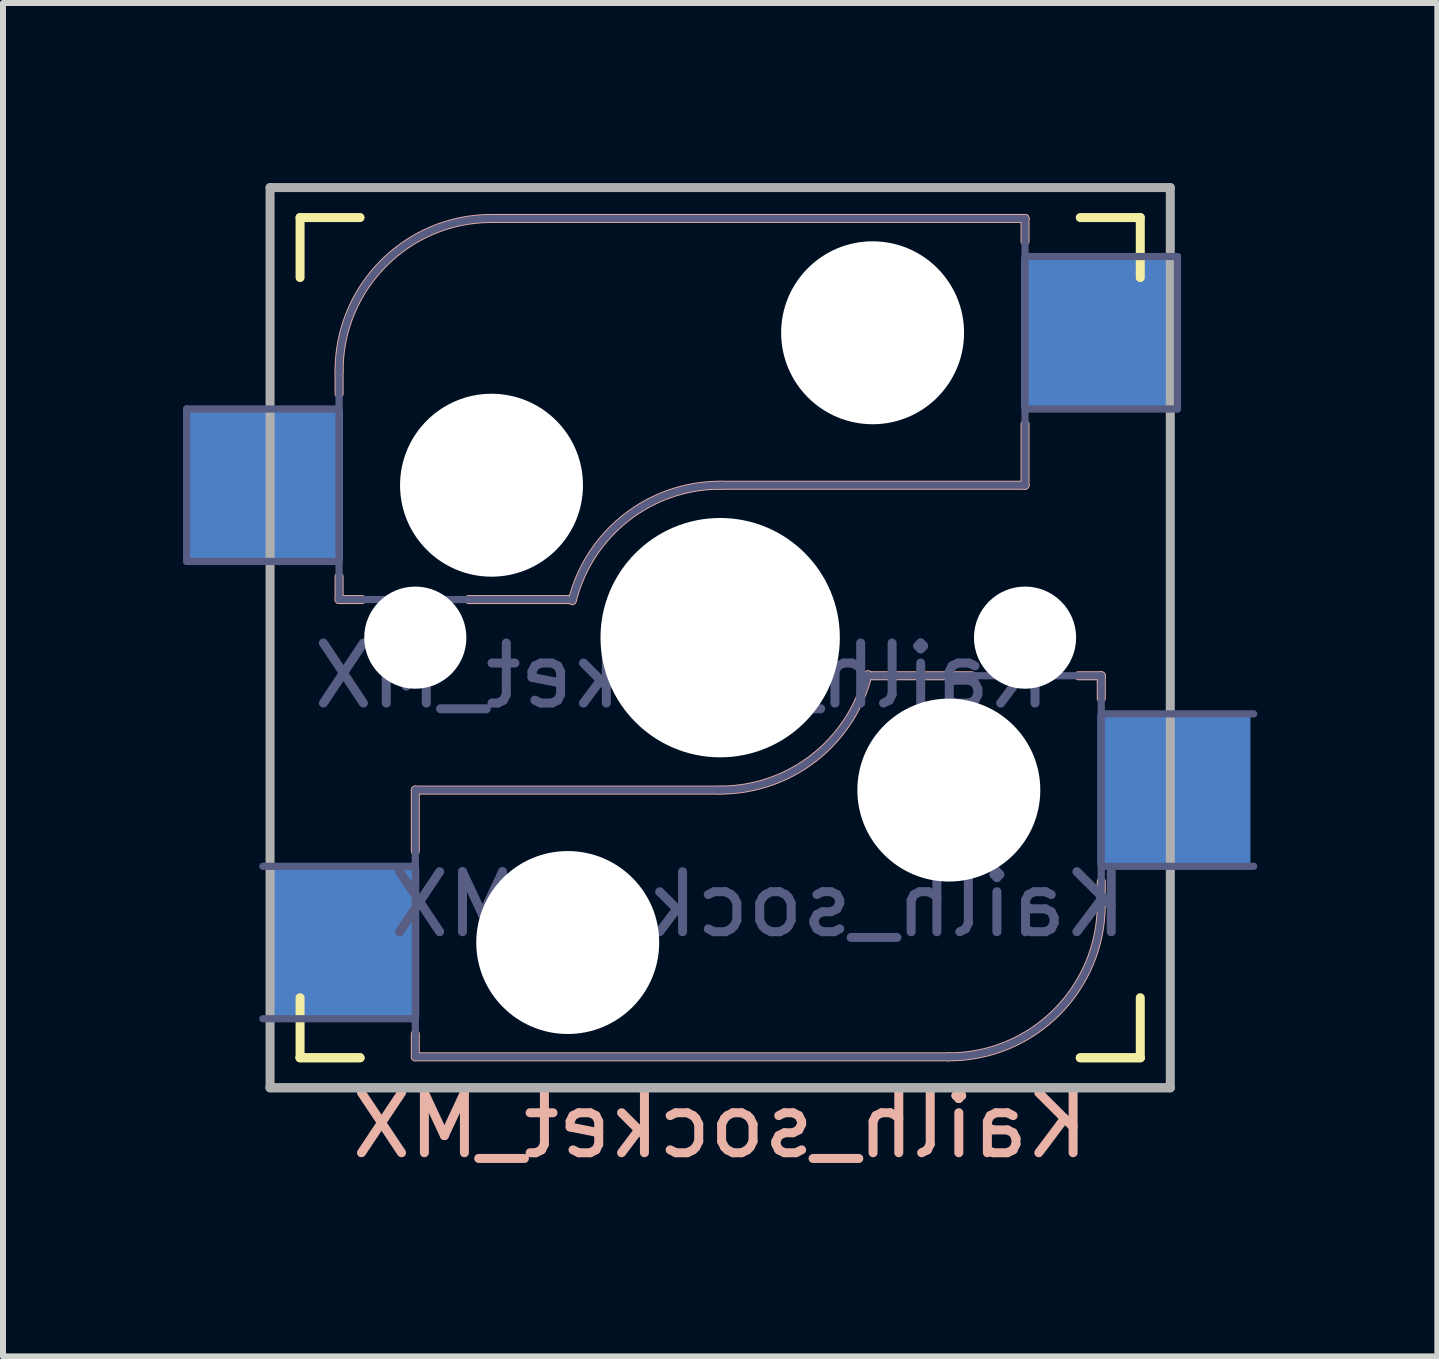
<source format=kicad_pcb>
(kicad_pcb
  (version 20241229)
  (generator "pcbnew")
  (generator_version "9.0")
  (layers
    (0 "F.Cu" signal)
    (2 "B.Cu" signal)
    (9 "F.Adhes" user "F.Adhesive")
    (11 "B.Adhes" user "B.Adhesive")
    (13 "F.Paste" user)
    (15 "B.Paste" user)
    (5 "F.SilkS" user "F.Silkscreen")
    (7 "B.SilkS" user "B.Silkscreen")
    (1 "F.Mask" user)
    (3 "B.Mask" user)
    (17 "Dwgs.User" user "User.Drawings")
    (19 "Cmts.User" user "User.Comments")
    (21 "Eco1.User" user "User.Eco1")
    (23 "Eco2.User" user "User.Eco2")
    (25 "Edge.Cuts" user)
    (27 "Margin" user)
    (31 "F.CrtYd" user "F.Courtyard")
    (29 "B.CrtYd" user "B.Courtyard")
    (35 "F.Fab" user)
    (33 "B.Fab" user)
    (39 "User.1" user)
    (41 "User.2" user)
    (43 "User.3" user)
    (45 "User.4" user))
  (footprint "Kailh_socket_MX"
    (layer "F.Cu")
    (at 8.95 7.575)
    (property "Reference" "Kailh_socket_MX" (at 0 8.128 0) (layer "B.SilkS") (effects (font (size 1 1) (thickness 0.15)) (justify mirror)))
    (property "Value" "Kailh_socket_MX" (at 0 8.255 0) (layer "F.Fab") (hide yes) (effects (font (size 1 1) (thickness 0.15))))
    (attr smd)
    (fp_line (start -7 -6) (end -7 -7) (stroke (width 0.15) (type solid)) (layer "F.SilkS"))
    (fp_line (start -7 7) (end -7 6) (stroke (width 0.15) (type solid)) (layer "F.SilkS"))
    (fp_line (start -7 7) (end -6 7) (stroke (width 0.15) (type solid)) (layer "F.SilkS"))
    (fp_line (start -7 7) (end -6 7) (stroke (width 0.15) (type solid)) (layer "F.SilkS"))
    (fp_line (start -6 -7) (end -7 -7) (stroke (width 0.15) (type solid)) (layer "F.SilkS"))
    (fp_line (start 6 7) (end 7 7) (stroke (width 0.15) (type solid)) (layer "F.SilkS"))
    (fp_line (start 6 7) (end 7 7) (stroke (width 0.15) (type solid)) (layer "F.SilkS"))
    (fp_line (start 7 -7) (end 6 -7) (stroke (width 0.15) (type solid)) (layer "F.SilkS"))
    (fp_line (start 7 -7) (end 7 -6) (stroke (width 0.15) (type solid)) (layer "F.SilkS"))
    (fp_line (start 7 6) (end 7 7) (stroke (width 0.15) (type solid)) (layer "F.SilkS"))
    (fp_line (start -6.35 -4.445) (end -6.35 -4.064) (stroke (width 0.15) (type solid)) (layer "B.SilkS"))
    (fp_line (start -6.35 -1.016) (end -6.35 -0.635) (stroke (width 0.15) (type solid)) (layer "B.SilkS"))
    (fp_line (start -5.969 -0.635) (end -6.35 -0.635) (stroke (width 0.15) (type solid)) (layer "B.SilkS"))
    (fp_line (start -5.08 2.54) (end 0 2.54) (stroke (width 0.15) (type solid)) (layer "B.SilkS"))
    (fp_line (start -5.08 3.556) (end -5.08 2.54) (stroke (width 0.15) (type solid)) (layer "B.SilkS"))
    (fp_line (start -5.08 6.985) (end -5.08 6.604) (stroke (width 0.15) (type solid)) (layer "B.SilkS"))
    (fp_line (start -3.81 -6.985) (end 5.08 -6.985) (stroke (width 0.15) (type solid)) (layer "B.SilkS"))
    (fp_line (start -2.464 -0.635) (end -4.191 -0.635) (stroke (width 0.15) (type solid)) (layer "B.SilkS"))
    (fp_line (start 2.464 0.635) (end 4.191 0.635) (stroke (width 0.15) (type solid)) (layer "B.SilkS"))
    (fp_line (start 3.81 6.985) (end -5.08 6.985) (stroke (width 0.15) (type solid)) (layer "B.SilkS"))
    (fp_line (start 5.08 -6.985) (end 5.08 -6.604) (stroke (width 0.15) (type solid)) (layer "B.SilkS"))
    (fp_line (start 5.08 -3.556) (end 5.08 -2.54) (stroke (width 0.15) (type solid)) (layer "B.SilkS"))
    (fp_line (start 5.08 -2.54) (end 0 -2.54) (stroke (width 0.15) (type solid)) (layer "B.SilkS"))
    (fp_line (start 5.969 0.635) (end 6.35 0.635) (stroke (width 0.15) (type solid)) (layer "B.SilkS"))
    (fp_line (start 6.35 1.016) (end 6.35 0.635) (stroke (width 0.15) (type solid)) (layer "B.SilkS"))
    (fp_line (start 6.35 4.445) (end 6.35 4.064) (stroke (width 0.15) (type solid)) (layer "B.SilkS"))
    (fp_arc (start -6.35 -4.445) (mid -5.606051 -6.241051) (end -3.81 -6.985) (stroke (width 0.15) (type solid)) (layer "B.SilkS"))
    (fp_arc (start -2.464162 -0.61604) (mid -1.563147 -2.002042) (end 0 -2.54) (stroke (width 0.15) (type solid)) (layer "B.SilkS"))
    (fp_arc (start 2.464162 0.61604) (mid 1.563147 2.002042) (end 0 2.54) (stroke (width 0.15) (type solid)) (layer "B.SilkS"))
    (fp_arc (start 6.35 4.445) (mid 5.606051 6.241051) (end 3.81 6.985) (stroke (width 0.15) (type solid)) (layer "B.SilkS"))
    (fp_line (start -6.9 6.9) (end -6.9 -6.9) (stroke (width 0.15) (type solid)) (layer "Eco2.User"))
    (fp_line (start -6.9 6.9) (end 6.9 6.9) (stroke (width 0.15) (type solid)) (layer "Eco2.User"))
    (fp_line (start -6.9 6.9) (end 6.9 6.9) (stroke (width 0.15) (type solid)) (layer "Eco2.User"))
    (fp_line (start 6.9 -6.9) (end -6.9 -6.9) (stroke (width 0.15) (type solid)) (layer "Eco2.User"))
    (fp_line (start 6.9 -6.9) (end 6.9 6.9) (stroke (width 0.15) (type solid)) (layer "Eco2.User"))
    (fp_line (start -8.89 -3.81) (end -6.35 -3.81) (stroke (width 0.12) (type solid)) (layer "B.Fab"))
    (fp_line (start -8.89 -1.27) (end -8.89 -3.81) (stroke (width 0.12) (type solid)) (layer "B.Fab"))
    (fp_line (start -7.62 3.81) (end -5.08 3.81) (stroke (width 0.12) (type solid)) (layer "B.Fab"))
    (fp_line (start -6.35 -1.27) (end -8.89 -1.27) (stroke (width 0.12) (type solid)) (layer "B.Fab"))
    (fp_line (start -6.35 -0.635) (end -6.35 -4.445) (stroke (width 0.12) (type solid)) (layer "B.Fab"))
    (fp_line (start -6.35 -0.635) (end -2.54 -0.635) (stroke (width 0.12) (type solid)) (layer "B.Fab"))
    (fp_line (start -5.08 2.54) (end 0 2.54) (stroke (width 0.12) (type solid)) (layer "B.Fab"))
    (fp_line (start -5.08 6.35) (end -7.62 6.35) (stroke (width 0.12) (type solid)) (layer "B.Fab"))
    (fp_line (start -5.08 6.985) (end -5.08 2.54) (stroke (width 0.12) (type solid)) (layer "B.Fab"))
    (fp_line (start -3.81 -6.985) (end 5.08 -6.985) (stroke (width 0.12) (type solid)) (layer "B.Fab"))
    (fp_line (start 3.81 6.985) (end -5.08 6.985) (stroke (width 0.12) (type solid)) (layer "B.Fab"))
    (fp_line (start 5.08 -6.985) (end 5.08 -2.54) (stroke (width 0.12) (type solid)) (layer "B.Fab"))
    (fp_line (start 5.08 -6.35) (end 7.62 -6.35) (stroke (width 0.12) (type solid)) (layer "B.Fab"))
    (fp_line (start 5.08 -2.54) (end 0 -2.54) (stroke (width 0.12) (type solid)) (layer "B.Fab"))
    (fp_line (start 6.35 0.635) (end 2.54 0.635) (stroke (width 0.12) (type solid)) (layer "B.Fab"))
    (fp_line (start 6.35 0.635) (end 6.35 4.445) (stroke (width 0.12) (type solid)) (layer "B.Fab"))
    (fp_line (start 6.35 1.27) (end 8.89 1.27) (stroke (width 0.12) (type solid)) (layer "B.Fab"))
    (fp_line (start 7.62 -6.35) (end 7.62 -3.81) (stroke (width 0.12) (type solid)) (layer "B.Fab"))
    (fp_line (start 7.62 -3.81) (end 5.08 -3.81) (stroke (width 0.12) (type solid)) (layer "B.Fab"))
    (fp_line (start 8.89 3.81) (end 6.35 3.81) (stroke (width 0.12) (type solid)) (layer "B.Fab"))
    (fp_arc (start -6.35 -4.445) (mid -5.606051 -6.241051) (end -3.81 -6.985) (stroke (width 0.12) (type solid)) (layer "B.Fab"))
    (fp_arc (start -2.464162 -0.61604) (mid -1.563147 -2.002042) (end 0 -2.54) (stroke (width 0.12) (type solid)) (layer "B.Fab"))
    (fp_arc (start 2.464162 0.61604) (mid 1.563147 2.002042) (end 0 2.54) (stroke (width 0.12) (type solid)) (layer "B.Fab"))
    (fp_arc (start 6.35 4.445) (mid 5.606051 6.241051) (end 3.81 6.985) (stroke (width 0.12) (type solid)) (layer "B.Fab"))
    (fp_line (start -7.5 -7.5) (end 7.5 -7.5) (stroke (width 0.15) (type solid)) (layer "F.Fab"))
    (fp_line (start -7.5 7.5) (end -7.5 -7.5) (stroke (width 0.15) (type solid)) (layer "F.Fab"))
    (fp_line (start 7.5 -7.5) (end 7.5 7.5) (stroke (width 0.15) (type solid)) (layer "F.Fab"))
    (fp_line (start 7.5 7.5) (end -7.5 7.5) (stroke (width 0.15) (type solid)) (layer "F.Fab"))
    (fp_line (start 7.5 7.5) (end -7.5 7.5) (stroke (width 0.15) (type solid)) (layer "F.Fab"))
    (fp_text user "${VALUE}" (at -0.635 0.635 0) (layer "B.Fab") (effects (font (size 1 1) (thickness 0.15)) (justify mirror)))
    (fp_text user "${REFERENCE}" (at 0.635 4.445 180) (layer "B.Fab") (effects (font (size 1 1) (thickness 0.15)) (justify mirror)))
    (pad "" np_thru_hole circle (at -5.08 0) (size 1.702 1.702) (drill 1.702) (layers "*.Cu" "*.Mask"))
    (pad "" np_thru_hole circle (at -3.81 -2.54) (size 3.048 3.048) (drill 3.048) (layers "*.Cu" "*.Mask"))
    (pad "" np_thru_hole circle (at -2.54 5.08 180) (size 3.048 3.048) (drill 3.048) (layers "*.Cu" "*.Mask"))
    (pad "" np_thru_hole circle (at 0 0 180) (size 3.988 3.988) (drill 3.988) (layers "*.Cu" "*.Mask"))
    (pad "" np_thru_hole circle (at 2.54 -5.08) (size 3.048 3.048) (drill 3.048) (layers "*.Cu" "*.Mask"))
    (pad "" np_thru_hole circle (at 3.81 2.54 180) (size 3.048 3.048) (drill 3.048) (layers "*.Cu" "*.Mask"))
    (pad "" np_thru_hole circle (at 5.08 0) (size 1.702 1.702) (drill 1.702) (layers "*.Cu" "*.Mask"))
    (pad "1" smd rect (at -7.56 -2.54) (size 2.55 2.5) (layers "B.Cu" "B.Mask" "B.Paste"))
    (pad "1" smd rect (at -6.29 5.08 180) (size 2.55 2.5) (layers "B.Cu" "B.Mask" "B.Paste"))
    (pad "2" smd rect (at 6.29 -5.08) (size 2.55 2.5) (layers "B.Cu" "B.Mask" "B.Paste"))
    (pad "2" smd rect (at 7.56 2.54 180) (size 2.55 2.5) (layers "B.Cu" "B.Mask" "B.Paste")))
  (gr_rect
    (start -3 -3)
    (end 20.9 19.551)
    (stroke (width 0.1) (type default))
    (fill no)
    (layer "Edge.Cuts")))
</source>
